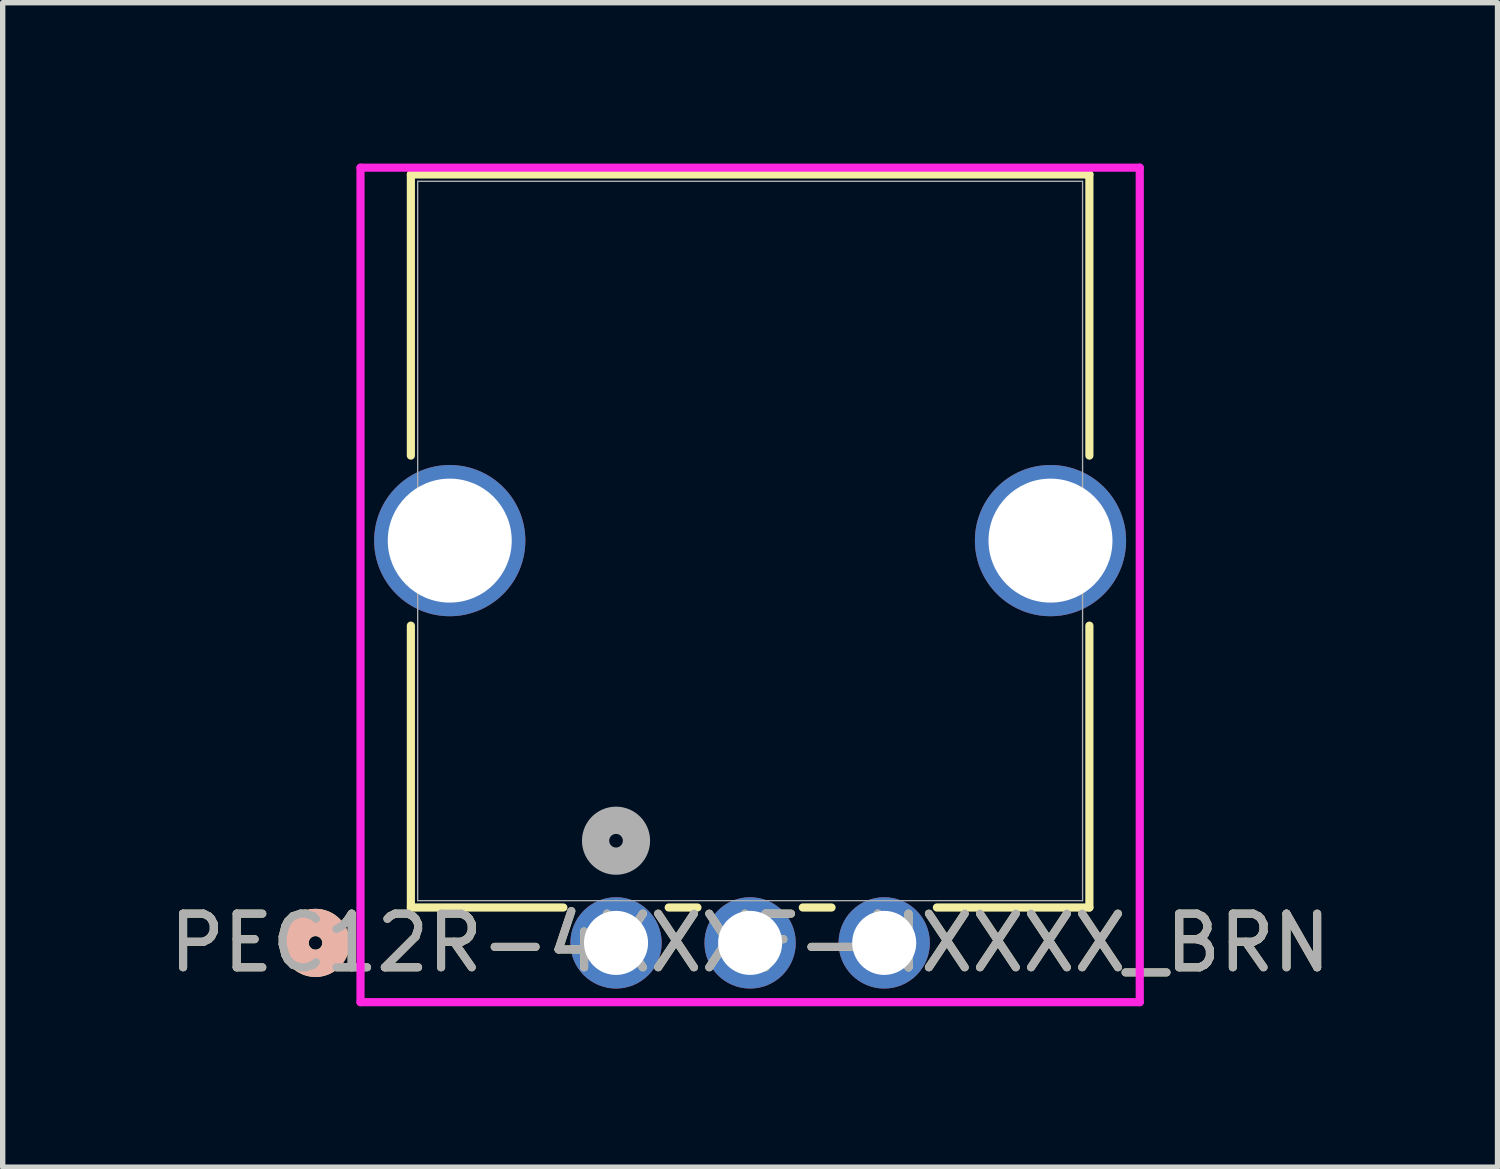
<source format=kicad_pcb>
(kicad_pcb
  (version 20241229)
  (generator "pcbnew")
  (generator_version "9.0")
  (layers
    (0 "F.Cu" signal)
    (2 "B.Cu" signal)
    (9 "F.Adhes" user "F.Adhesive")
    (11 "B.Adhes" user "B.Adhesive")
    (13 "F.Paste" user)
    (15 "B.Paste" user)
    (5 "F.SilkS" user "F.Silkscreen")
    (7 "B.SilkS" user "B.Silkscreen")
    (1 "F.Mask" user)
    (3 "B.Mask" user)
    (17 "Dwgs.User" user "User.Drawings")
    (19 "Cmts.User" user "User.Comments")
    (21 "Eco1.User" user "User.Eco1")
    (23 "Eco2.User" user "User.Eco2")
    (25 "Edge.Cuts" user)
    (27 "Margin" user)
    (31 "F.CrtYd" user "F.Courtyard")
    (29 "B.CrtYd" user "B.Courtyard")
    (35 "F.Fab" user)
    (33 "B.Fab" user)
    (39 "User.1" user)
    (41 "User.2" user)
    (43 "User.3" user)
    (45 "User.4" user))
  (footprint "PEC12R-4XXXF-NXXXX_BRN"
    (layer "F.Cu")
    (at 8.435 14.529)
    (property "Reference" "PEC12R-4XXXF-NXXXX_BRN" (at 2.5 0 0) (unlocked yes) (layer "F.SilkS") (effects (font (size 1 1) (thickness 0.15))))
    (attr through_hole)
    (fp_line (start -3.825 -14.326) (end -3.825 -9.085) (stroke (width 0.152) (type solid)) (layer "F.SilkS"))
    (fp_line (start -3.825 -5.915) (end -3.825 -0.66) (stroke (width 0.152) (type solid)) (layer "F.SilkS"))
    (fp_line (start -3.825 -0.66) (end -0.982 -0.66) (stroke (width 0.152) (type solid)) (layer "F.SilkS"))
    (fp_line (start 0.982 -0.66) (end 1.518 -0.66) (stroke (width 0.152) (type solid)) (layer "F.SilkS"))
    (fp_line (start 3.482 -0.66) (end 4.018 -0.66) (stroke (width 0.152) (type solid)) (layer "F.SilkS"))
    (fp_line (start 5.982 -0.66) (end 8.825 -0.66) (stroke (width 0.152) (type solid)) (layer "F.SilkS"))
    (fp_line (start 8.825 -14.326) (end -3.825 -14.326) (stroke (width 0.152) (type solid)) (layer "F.SilkS"))
    (fp_line (start 8.825 -9.085) (end 8.825 -14.326) (stroke (width 0.152) (type solid)) (layer "F.SilkS"))
    (fp_line (start 8.825 -0.66) (end 8.825 -5.915) (stroke (width 0.152) (type solid)) (layer "F.SilkS"))
    (fp_circle (center -5.603 0) (end -5.222 0) (stroke (width 0.508) (type solid)) (fill no) (layer "F.SilkS"))
    (fp_circle (center -5.603 0) (end -5.222 0) (stroke (width 0.508) (type solid)) (fill no) (layer "B.SilkS"))
    (fp_line (start -4.764 -14.453) (end -4.764 1.105) (stroke (width 0.152) (type solid)) (layer "F.CrtYd"))
    (fp_line (start -4.764 1.105) (end 9.764 1.105) (stroke (width 0.152) (type solid)) (layer "F.CrtYd"))
    (fp_line (start 9.764 -14.453) (end -4.764 -14.453) (stroke (width 0.152) (type solid)) (layer "F.CrtYd"))
    (fp_line (start 9.764 1.105) (end 9.764 -14.453) (stroke (width 0.152) (type solid)) (layer "F.CrtYd"))
    (fp_line (start -3.698 -14.199) (end -3.698 -0.787) (stroke (width 0.025) (type solid)) (layer "F.Fab"))
    (fp_line (start -3.698 -0.787) (end 8.698 -0.787) (stroke (width 0.025) (type solid)) (layer "F.Fab"))
    (fp_line (start 8.698 -14.199) (end -3.698 -14.199) (stroke (width 0.025) (type solid)) (layer "F.Fab"))
    (fp_line (start 8.698 -0.787) (end 8.698 -14.199) (stroke (width 0.025) (type solid)) (layer "F.Fab"))
    (fp_circle (center 0 -1.905) (end 0.381 -1.905) (stroke (width 0.508) (type solid)) (fill no) (layer "F.Fab"))
    (fp_text user "${REFERENCE}" (at 2.5 0 0) (unlocked yes) (layer "F.Fab") (effects (font (size 1 1) (thickness 0.15))))
    (pad "4" thru_hole circle (at -3.1 -7.5 90) (size 2.819 2.819) (drill 2.311) (layers "*.Cu" "*.Mask"))
    (pad "5" thru_hole circle (at 8.1 -7.5 90) (size 2.819 2.819) (drill 2.311) (layers "*.Cu" "*.Mask"))
    (pad "A" thru_hole circle (at 0 0) (size 1.702 1.702) (drill 1.194) (layers "*.Cu" "*.Mask"))
    (pad "B" thru_hole circle (at 5 0) (size 1.702 1.702) (drill 1.194) (layers "*.Cu" "*.Mask"))
    (pad "C" thru_hole circle (at 2.5 0) (size 1.702 1.702) (drill 1.194) (layers "*.Cu" "*.Mask")))
  (gr_rect
    (start -3 -3)
    (end 24.869 18.71)
    (stroke (width 0.1) (type default))
    (fill no)
    (layer "Edge.Cuts")))
</source>
